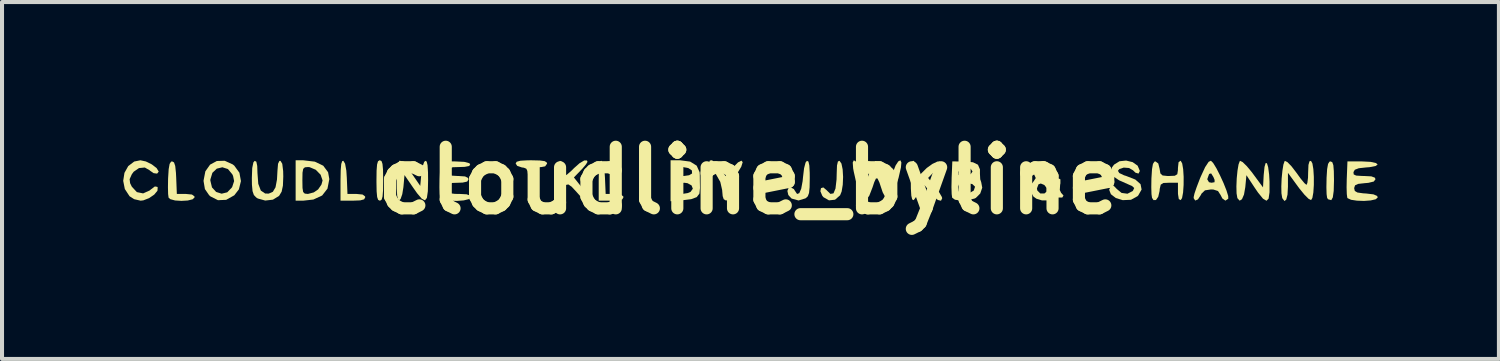
<source format=kicad_pcb>
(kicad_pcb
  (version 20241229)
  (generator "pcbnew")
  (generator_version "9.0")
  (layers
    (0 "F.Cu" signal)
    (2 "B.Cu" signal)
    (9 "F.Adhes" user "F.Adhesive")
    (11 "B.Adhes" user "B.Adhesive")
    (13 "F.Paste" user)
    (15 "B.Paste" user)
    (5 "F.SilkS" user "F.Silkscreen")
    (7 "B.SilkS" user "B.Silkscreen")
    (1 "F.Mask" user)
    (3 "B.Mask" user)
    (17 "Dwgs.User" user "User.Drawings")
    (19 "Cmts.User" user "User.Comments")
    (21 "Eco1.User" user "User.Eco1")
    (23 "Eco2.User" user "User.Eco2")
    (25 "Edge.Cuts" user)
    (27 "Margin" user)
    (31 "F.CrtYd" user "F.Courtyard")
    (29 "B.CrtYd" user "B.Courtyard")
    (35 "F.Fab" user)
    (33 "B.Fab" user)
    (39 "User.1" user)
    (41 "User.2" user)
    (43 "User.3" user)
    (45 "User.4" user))
  (footprint "cloudline_byline"
    (layer "F.Cu")
    (at 15.496 1.418)
    (property "Reference" "cloudline_byline" (at 0 0 0) (layer "F.SilkS") (effects (font (size 1.524 1.524) (thickness 0.3))))
    (attr through_hole)
    (fp_poly (pts (xy -10.003 -0.416) (xy -9.972 -0.244) (xy -9.96 -0.065) (xy -9.944 0.333) (xy -9.724 0.333) (xy -9.57 0.348) (xy -9.508 0.394) (xy -9.504 0.417) (xy -9.532 0.467) (xy -9.628 0.493) (xy -9.81 0.5) (xy -10.116 0.5) (xy -10.116 -0.005) (xy -10.111 -0.255) (xy -10.098 -0.409) (xy -10.073 -0.48) (xy -10.046 -0.487)) (stroke (width 0) (type solid)) (fill yes) (layer "F.SilkS"))
    (fp_poly (pts (xy -3.611 -0.416) (xy -3.581 -0.244) (xy -3.569 -0.065) (xy -3.552 0.333) (xy -3.332 0.333) (xy -3.179 0.348) (xy -3.116 0.394) (xy -3.112 0.417) (xy -3.14 0.467) (xy -3.236 0.493) (xy -3.418 0.5) (xy -3.724 0.5) (xy -3.724 -0.005) (xy -3.72 -0.255) (xy -3.706 -0.409) (xy -3.681 -0.48) (xy -3.654 -0.487)) (stroke (width 0) (type solid)) (fill yes) (layer "F.SilkS"))
    (fp_poly (pts (xy 14.437 -0.452) (xy 14.463 -0.378) (xy 14.475 -0.232) (xy 14.479 -0.005) (xy 14.472 0.258) (xy 14.45 0.418) (xy 14.413 0.485) (xy 14.409 0.486) (xy 14.332 0.465) (xy 14.309 0.43) (xy 14.296 0.338) (xy 14.291 0.17) (xy 14.295 -0.04) (xy 14.295 -0.061) (xy 14.309 -0.281) (xy 14.332 -0.41) (xy 14.368 -0.466) (xy 14.395 -0.472)) (stroke (width 0) (type solid)) (fill yes) (layer "F.SilkS"))
    (fp_poly (pts (xy -9.102 -0.481) (xy -9.077 -0.41) (xy -9.064 -0.268) (xy -9.06 -0.036) (xy -9.06 0) (xy -9.063 0.244) (xy -9.075 0.396) (xy -9.098 0.475) (xy -9.137 0.5) (xy -9.143 0.5) (xy -9.184 0.481) (xy -9.209 0.41) (xy -9.222 0.268) (xy -9.226 0.036) (xy -9.226 0) (xy -9.223 -0.244) (xy -9.211 -0.396) (xy -9.188 -0.475) (xy -9.149 -0.5) (xy -9.143 -0.5)) (stroke (width 0) (type solid)) (fill yes) (layer "F.SilkS"))
    (fp_poly (pts (xy 2.285 -0.419) (xy 2.315 -0.275) (xy 2.326 -0.089) (xy 2.318 0.105) (xy 2.29 0.273) (xy 2.252 0.367) (xy 2.127 0.476) (xy 1.977 0.492) (xy 1.84 0.414) (xy 1.81 0.377) (xy 1.764 0.267) (xy 1.779 0.19) (xy 1.837 0.172) (xy 1.913 0.236) (xy 2.012 0.332) (xy 2.088 0.319) (xy 2.138 0.2) (xy 2.164 -0.024) (xy 2.168 -0.176) (xy 2.175 -0.372) (xy 2.198 -0.47) (xy 2.237 -0.487)) (stroke (width 0) (type solid)) (fill yes) (layer "F.SilkS"))
    (fp_poly (pts (xy -14.238 -0.447) (xy -14.208 -0.359) (xy -14.19 -0.188) (xy -14.184 -0.069) (xy -14.168 0.333) (xy -13.948 0.333) (xy -13.794 0.348) (xy -13.732 0.394) (xy -13.728 0.417) (xy -13.777 0.466) (xy -13.898 0.496) (xy -14.055 0.505) (xy -14.212 0.495) (xy -14.33 0.463) (xy -14.372 0.426) (xy -14.384 0.336) (xy -14.388 0.17) (xy -14.385 -0.039) (xy -14.384 -0.061) (xy -14.37 -0.281) (xy -14.347 -0.41) (xy -14.311 -0.466) (xy -14.284 -0.472)) (stroke (width 0) (type solid)) (fill yes) (layer "F.SilkS"))
    (fp_poly (pts (xy -0.848 -0.458) (xy -0.75 -0.351) (xy -0.716 -0.304) (xy -0.584 -0.108) (xy -0.41 -0.312) (xy -0.275 -0.448) (xy -0.189 -0.491) (xy -0.16 -0.452) (xy -0.195 -0.34) (xy -0.301 -0.166) (xy -0.304 -0.162) (xy -0.446 0.076) (xy -0.499 0.277) (xy -0.5 0.306) (xy -0.518 0.454) (xy -0.568 0.5) (xy -0.63 0.463) (xy -0.655 0.387) (xy -0.667 0.252) (xy -0.667 0.24) (xy -0.714 0.035) (xy -0.834 -0.176) (xy -0.949 -0.345) (xy -0.994 -0.446) (xy -0.972 -0.493) (xy -0.924 -0.5)) (stroke (width 0) (type solid)) (fill yes) (layer "F.SilkS"))
    (fp_poly (pts (xy 1.468 -0.468) (xy 1.49 -0.373) (xy 1.5 -0.189) (xy 1.501 -0.062) (xy 1.497 0.167) (xy 1.483 0.309) (xy 1.453 0.391) (xy 1.402 0.438) (xy 1.393 0.443) (xy 1.224 0.495) (xy 1.062 0.451) (xy 1.042 0.44) (xy 0.97 0.36) (xy 0.947 0.259) (xy 0.977 0.183) (xy 1.022 0.167) (xy 1.107 0.212) (xy 1.133 0.255) (xy 1.187 0.334) (xy 1.241 0.314) (xy 1.289 0.205) (xy 1.324 0.017) (xy 1.334 -0.083) (xy 1.36 -0.303) (xy 1.397 -0.444) (xy 1.431 -0.487)) (stroke (width 0) (type solid)) (fill yes) (layer "F.SilkS"))
    (fp_poly (pts (xy -5.18 -0.495) (xy -5.059 -0.478) (xy -5.008 -0.443) (xy -5.002 -0.417) (xy -5.05 -0.35) (xy -5.139 -0.333) (xy -5.21 -0.327) (xy -5.252 -0.291) (xy -5.275 -0.203) (xy -5.287 -0.038) (xy -5.292 0.065) (xy -5.312 0.312) (xy -5.345 0.457) (xy -5.383 0.497) (xy -5.419 0.431) (xy -5.448 0.258) (xy -5.458 0.101) (xy -5.469 -0.108) (xy -5.485 -0.231) (xy -5.518 -0.292) (xy -5.577 -0.316) (xy -5.627 -0.323) (xy -5.742 -0.362) (xy -5.78 -0.421) (xy -5.754 -0.464) (xy -5.663 -0.489) (xy -5.487 -0.499) (xy -5.391 -0.5)) (stroke (width 0) (type solid)) (fill yes) (layer "F.SilkS"))
    (fp_poly (pts (xy -8.571 -0.453) (xy -8.455 -0.317) (xy -8.36 -0.183) (xy -8.142 0.134) (xy -8.115 -0.165) (xy -8.087 -0.339) (xy -8.046 -0.457) (xy -8.017 -0.487) (xy -7.983 -0.469) (xy -7.961 -0.378) (xy -7.95 -0.201) (xy -7.948 -0.005) (xy -7.954 0.267) (xy -7.978 0.432) (xy -8.025 0.492) (xy -8.103 0.453) (xy -8.219 0.317) (xy -8.314 0.183) (xy -8.532 -0.134) (xy -8.559 0.165) (xy -8.587 0.339) (xy -8.628 0.457) (xy -8.657 0.487) (xy -8.691 0.469) (xy -8.713 0.378) (xy -8.724 0.201) (xy -8.726 0.005) (xy -8.72 -0.267) (xy -8.696 -0.432) (xy -8.649 -0.492)) (stroke (width 0) (type solid)) (fill yes) (layer "F.SilkS"))
    (fp_poly (pts (xy -12.2 -0.465) (xy -12.178 -0.36) (xy -12.172 -0.182) (xy -12.152 0.083) (xy -12.089 0.25) (xy -11.981 0.323) (xy -11.893 0.325) (xy -11.791 0.28) (xy -11.725 0.169) (xy -11.689 -0.022) (xy -11.677 -0.241) (xy -11.663 -0.413) (xy -11.629 -0.484) (xy -11.602 -0.486) (xy -11.558 -0.413) (xy -11.536 -0.232) (xy -11.533 -0.098) (xy -11.542 0.129) (xy -11.574 0.278) (xy -11.636 0.38) (xy -11.639 0.383) (xy -11.789 0.475) (xy -11.98 0.497) (xy -12.164 0.446) (xy -12.203 0.421) (xy -12.261 0.36) (xy -12.294 0.264) (xy -12.309 0.104) (xy -12.311 -0.06) (xy -12.302 -0.307) (xy -12.273 -0.448) (xy -12.241 -0.486)) (stroke (width 0) (type solid)) (fill yes) (layer "F.SilkS"))
    (fp_poly (pts (xy -10.752 -0.466) (xy -10.544 -0.366) (xy -10.424 -0.205) (xy -10.393 -0.034) (xy -10.439 0.202) (xy -10.571 0.372) (xy -10.788 0.472) (xy -11.041 0.5) (xy -11.227 0.5) (xy -11.227 0) (xy -11.06 0) (xy -11.057 0.185) (xy -11.041 0.285) (xy -11.001 0.325) (xy -10.926 0.333) (xy -10.921 0.333) (xy -10.778 0.295) (xy -10.671 0.222) (xy -10.588 0.101) (xy -10.56 0) (xy -10.609 -0.143) (xy -10.729 -0.265) (xy -10.882 -0.33) (xy -10.921 -0.333) (xy -10.998 -0.326) (xy -11.04 -0.288) (xy -11.057 -0.192) (xy -11.06 -0.012) (xy -11.06 0) (xy -11.227 0) (xy -11.227 -0.5) (xy -11.041 -0.5)) (stroke (width 0) (type solid)) (fill yes) (layer "F.SilkS"))
    (fp_poly (pts (xy 12.218 -0.455) (xy 12.323 -0.352) (xy 12.449 -0.2) (xy 12.472 -0.168) (xy 12.722 0.171) (xy 12.739 -0.137) (xy 12.759 -0.336) (xy 12.787 -0.431) (xy 12.819 -0.427) (xy 12.849 -0.33) (xy 12.873 -0.146) (xy 12.883 0.027) (xy 12.883 0.292) (xy 12.86 0.45) (xy 12.808 0.502) (xy 12.722 0.451) (xy 12.598 0.299) (xy 12.52 0.185) (xy 12.311 -0.131) (xy 12.283 0.166) (xy 12.251 0.348) (xy 12.201 0.464) (xy 12.144 0.5) (xy 12.091 0.442) (xy 12.086 0.43) (xy 12.067 0.318) (xy 12.063 0.147) (xy 12.071 -0.051) (xy 12.09 -0.243) (xy 12.116 -0.397) (xy 12.147 -0.48) (xy 12.155 -0.486)) (stroke (width 0) (type solid)) (fill yes) (layer "F.SilkS"))
    (fp_poly (pts (xy -12.785 -0.398) (xy -12.746 -0.367) (xy -12.619 -0.192) (xy -12.581 0.015) (xy -12.632 0.22) (xy -12.746 0.367) (xy -12.946 0.479) (xy -13.15 0.488) (xy -13.338 0.393) (xy -13.369 0.364) (xy -13.473 0.213) (xy -13.506 0.018) (xy -13.506 0) (xy -13.339 0) (xy -13.298 0.172) (xy -13.195 0.284) (xy -13.059 0.327) (xy -12.92 0.293) (xy -12.806 0.174) (xy -12.795 0.153) (xy -12.75 0.015) (xy -12.776 -0.112) (xy -12.795 -0.153) (xy -12.903 -0.283) (xy -13.041 -0.327) (xy -13.179 -0.293) (xy -13.288 -0.19) (xy -13.338 -0.025) (xy -13.339 0) (xy -13.506 0) (xy -13.462 -0.227) (xy -13.345 -0.392) (xy -13.179 -0.482) (xy -12.984 -0.488)) (stroke (width 0) (type solid)) (fill yes) (layer "F.SilkS"))
    (fp_poly (pts (xy -14.935 -0.471) (xy -14.789 -0.399) (xy -14.67 -0.308) (xy -14.618 -0.223) (xy -14.618 -0.218) (xy -14.656 -0.17) (xy -14.742 -0.181) (xy -14.833 -0.243) (xy -14.842 -0.253) (xy -14.961 -0.321) (xy -15.105 -0.307) (xy -15.236 -0.217) (xy -15.283 -0.153) (xy -15.337 -0.032) (xy -15.325 0.067) (xy -15.283 0.153) (xy -15.158 0.288) (xy -15.003 0.32) (xy -14.842 0.248) (xy -14.812 0.223) (xy -14.712 0.148) (xy -14.652 0.158) (xy -14.642 0.172) (xy -14.648 0.254) (xy -14.728 0.35) (xy -14.855 0.437) (xy -14.997 0.492) (xy -15.065 0.5) (xy -15.225 0.463) (xy -15.339 0.39) (xy -15.456 0.211) (xy -15.496 0.009) (xy -15.465 -0.189) (xy -15.371 -0.357) (xy -15.223 -0.469) (xy -15.07 -0.5)) (stroke (width 0) (type solid)) (fill yes) (layer "F.SilkS"))
    (fp_poly (pts (xy 4.126 -0.421) (xy 4.166 -0.292) (xy 4.168 -0.278) (xy 4.192 -0.16) (xy 4.222 -0.136) (xy 4.275 -0.188) (xy 4.398 -0.31) (xy 4.537 -0.41) (xy 4.661 -0.469) (xy 4.729 -0.47) (xy 4.734 -0.409) (xy 4.654 -0.295) (xy 4.61 -0.247) (xy 4.431 -0.063) (xy 4.606 0.157) (xy 4.706 0.296) (xy 4.769 0.404) (xy 4.78 0.439) (xy 4.75 0.501) (xy 4.673 0.483) (xy 4.568 0.395) (xy 4.473 0.276) (xy 4.351 0.127) (xy 4.263 0.082) (xy 4.202 0.142) (xy 4.168 0.278) (xy 4.131 0.41) (xy 4.077 0.484) (xy 4.071 0.487) (xy 4.037 0.469) (xy 4.015 0.378) (xy 4.004 0.202) (xy 4.002 0) (xy 4.006 -0.252) (xy 4.019 -0.407) (xy 4.044 -0.479) (xy 4.071 -0.487)) (stroke (width 0) (type solid)) (fill yes) (layer "F.SilkS"))
    (fp_poly (pts (xy 13.944 -0.423) (xy 13.968 -0.281) (xy 13.98 -0.092) (xy 13.98 0.111) (xy 13.968 0.296) (xy 13.944 0.432) (xy 13.912 0.485) (xy 13.85 0.454) (xy 13.747 0.351) (xy 13.621 0.197) (xy 13.593 0.159) (xy 13.339 -0.189) (xy 13.339 0.156) (xy 13.328 0.352) (xy 13.297 0.473) (xy 13.254 0.509) (xy 13.204 0.446) (xy 13.196 0.426) (xy 13.178 0.317) (xy 13.175 0.148) (xy 13.183 -0.049) (xy 13.202 -0.241) (xy 13.227 -0.395) (xy 13.257 -0.479) (xy 13.265 -0.485) (xy 13.327 -0.454) (xy 13.427 -0.351) (xy 13.543 -0.2) (xy 13.656 -0.044) (xy 13.748 0.067) (xy 13.798 0.109) (xy 13.82 0.06) (xy 13.836 -0.069) (xy 13.839 -0.199) (xy 13.847 -0.386) (xy 13.873 -0.476) (xy 13.909 -0.486)) (stroke (width 0) (type solid)) (fill yes) (layer "F.SilkS"))
    (fp_poly (pts (xy 11.487 -0.434) (xy 11.567 -0.304) (xy 11.657 -0.127) (xy 11.745 0.065) (xy 11.817 0.246) (xy 11.86 0.385) (xy 11.862 0.452) (xy 11.791 0.499) (xy 11.716 0.446) (xy 11.672 0.361) (xy 11.607 0.261) (xy 11.493 0.224) (xy 11.432 0.222) (xy 11.285 0.244) (xy 11.199 0.326) (xy 11.182 0.361) (xy 11.111 0.468) (xy 11.044 0.497) (xy 11.007 0.442) (xy 11.005 0.413) (xy 11.025 0.323) (xy 11.08 0.162) (xy 11.154 -0.031) (xy 11.341 -0.031) (xy 11.384 0.043) (xy 11.448 0.056) (xy 11.522 0.043) (xy 11.523 -0.015) (xy 11.494 -0.085) (xy 11.438 -0.175) (xy 11.391 -0.163) (xy 11.385 -0.154) (xy 11.341 -0.031) (xy 11.154 -0.031) (xy 11.157 -0.039) (xy 11.178 -0.09) (xy 11.289 -0.33) (xy 11.376 -0.462) (xy 11.432 -0.489)) (stroke (width 0) (type solid)) (fill yes) (layer "F.SilkS"))
    (fp_poly (pts (xy -4.014 -0.495) (xy -4.002 -0.461) (xy -4.037 -0.401) (xy -4.126 -0.295) (xy -4.17 -0.249) (xy -4.338 -0.075) (xy -4.144 0.17) (xy -4.027 0.338) (xy -3.994 0.442) (xy -4.007 0.472) (xy -4.076 0.471) (xy -4.19 0.377) (xy -4.269 0.289) (xy -4.394 0.154) (xy -4.475 0.098) (xy -4.532 0.109) (xy -4.544 0.119) (xy -4.596 0.224) (xy -4.613 0.345) (xy -4.636 0.461) (xy -4.689 0.5) (xy -4.747 0.448) (xy -4.756 0.426) (xy -4.775 0.313) (xy -4.779 0.142) (xy -4.769 -0.056) (xy -4.75 -0.247) (xy -4.722 -0.4) (xy -4.69 -0.481) (xy -4.683 -0.487) (xy -4.632 -0.458) (xy -4.613 -0.326) (xy -4.613 -0.31) (xy -4.602 -0.18) (xy -4.575 -0.113) (xy -4.568 -0.111) (xy -4.507 -0.148) (xy -4.4 -0.241) (xy -4.335 -0.306) (xy -4.196 -0.429) (xy -4.083 -0.495)) (stroke (width 0) (type solid)) (fill yes) (layer "F.SilkS"))
    (fp_poly (pts (xy 10.685 -0.486) (xy 10.721 -0.422) (xy 10.745 -0.28) (xy 10.757 -0.091) (xy 10.756 0.112) (xy 10.743 0.298) (xy 10.718 0.433) (xy 10.685 0.486) (xy 10.637 0.461) (xy 10.617 0.336) (xy 10.616 0.283) (xy 10.616 0.056) (xy 10.397 0.056) (xy 10.255 0.062) (xy 10.19 0.103) (xy 10.165 0.207) (xy 10.161 0.26) (xy 10.128 0.403) (xy 10.072 0.484) (xy 10.011 0.486) (xy 9.974 0.43) (xy 9.961 0.338) (xy 9.956 0.17) (xy 9.959 -0.04) (xy 9.96 -0.061) (xy 9.974 -0.281) (xy 9.997 -0.41) (xy 10.033 -0.466) (xy 10.06 -0.472) (xy 10.129 -0.421) (xy 10.161 -0.292) (xy 10.181 -0.175) (xy 10.235 -0.124) (xy 10.356 -0.111) (xy 10.397 -0.111) (xy 10.538 -0.117) (xy 10.6 -0.155) (xy 10.615 -0.254) (xy 10.616 -0.31) (xy 10.631 -0.451) (xy 10.679 -0.488)) (stroke (width 0) (type solid)) (fill yes) (layer "F.SilkS"))
    (fp_poly (pts (xy -1.46 -0.467) (xy -1.299 -0.367) (xy -1.226 -0.205) (xy -1.222 -0.15) (xy -1.22 0.036) (xy -1.217 0.186) (xy -1.231 0.325) (xy -1.297 0.412) (xy -1.435 0.463) (xy -1.638 0.488) (xy -1.945 0.514) (xy -1.945 0.195) (xy -1.779 0.195) (xy -1.755 0.301) (xy -1.666 0.333) (xy -1.654 0.333) (xy -1.517 0.311) (xy -1.451 0.283) (xy -1.394 0.204) (xy -1.425 0.123) (xy -1.525 0.067) (xy -1.61 0.056) (xy -1.73 0.07) (xy -1.774 0.132) (xy -1.779 0.195) (xy -1.945 0.195) (xy -1.945 -0.222) (xy -1.779 -0.222) (xy -1.752 -0.14) (xy -1.653 -0.112) (xy -1.615 -0.111) (xy -1.485 -0.13) (xy -1.413 -0.173) (xy -1.417 -0.248) (xy -1.505 -0.307) (xy -1.649 -0.333) (xy -1.654 -0.333) (xy -1.755 -0.301) (xy -1.779 -0.222) (xy -1.945 -0.222) (xy -1.945 -0.5) (xy -1.708 -0.5)) (stroke (width 0) (type solid)) (fill yes) (layer "F.SilkS"))
    (fp_poly (pts (xy 9.494 -0.454) (xy 9.618 -0.366) (xy 9.671 -0.24) (xy 9.671 -0.232) (xy 9.64 -0.171) (xy 9.564 -0.193) (xy 9.502 -0.253) (xy 9.403 -0.309) (xy 9.274 -0.319) (xy 9.165 -0.283) (xy 9.13 -0.239) (xy 9.164 -0.184) (xy 9.282 -0.128) (xy 9.331 -0.113) (xy 9.561 -0.023) (xy 9.69 0.091) (xy 9.716 0.224) (xy 9.634 0.369) (xy 9.615 0.389) (xy 9.453 0.478) (xy 9.248 0.487) (xy 9.077 0.434) (xy 8.956 0.34) (xy 8.913 0.23) (xy 8.952 0.144) (xy 9.019 0.125) (xy 9.097 0.205) (xy 9.099 0.208) (xy 9.22 0.308) (xy 9.366 0.328) (xy 9.493 0.263) (xy 9.503 0.251) (xy 9.533 0.187) (xy 9.48 0.137) (xy 9.413 0.108) (xy 9.158 -0.005) (xy 9.006 -0.108) (xy 8.949 -0.212) (xy 8.982 -0.324) (xy 9.035 -0.393) (xy 9.169 -0.476) (xy 9.333 -0.493)) (stroke (width 0) (type solid)) (fill yes) (layer "F.SilkS"))
    (fp_poly (pts (xy 15.384 -0.461) (xy 15.516 -0.432) (xy 15.56 -0.395) (xy 15.509 -0.358) (xy 15.358 -0.329) (xy 15.275 -0.323) (xy 15.092 -0.303) (xy 14.995 -0.266) (xy 14.961 -0.208) (xy 14.967 -0.15) (xy 15.028 -0.121) (xy 15.169 -0.112) (xy 15.225 -0.111) (xy 15.403 -0.102) (xy 15.49 -0.07) (xy 15.507 -0.031) (xy 15.464 0.026) (xy 15.329 0.059) (xy 15.243 0.066) (xy 15.08 0.084) (xy 15.001 0.12) (xy 14.979 0.185) (xy 14.979 0.195) (xy 14.995 0.261) (xy 15.06 0.298) (xy 15.201 0.318) (xy 15.271 0.322) (xy 15.457 0.344) (xy 15.547 0.383) (xy 15.562 0.42) (xy 15.513 0.465) (xy 15.388 0.494) (xy 15.222 0.506) (xy 15.048 0.5) (xy 14.901 0.478) (xy 14.815 0.438) (xy 14.808 0.426) (xy 14.796 0.336) (xy 14.791 0.17) (xy 14.795 -0.039) (xy 14.796 -0.061) (xy 14.812 -0.472) (xy 15.169 -0.472)) (stroke (width 0) (type solid)) (fill yes) (layer "F.SilkS"))
    (fp_poly (pts (xy -7.054 -0.461) (xy -6.928 -0.428) (xy -6.906 -0.403) (xy -6.928 -0.359) (xy -7.042 -0.337) (xy -7.165 -0.333) (xy -7.334 -0.328) (xy -7.418 -0.304) (xy -7.446 -0.251) (xy -7.448 -0.222) (xy -7.431 -0.153) (xy -7.363 -0.12) (xy -7.216 -0.111) (xy -7.198 -0.111) (xy -7.033 -0.1) (xy -6.958 -0.063) (xy -6.947 -0.028) (xy -6.98 0.027) (xy -7.092 0.052) (xy -7.198 0.056) (xy -7.352 0.061) (xy -7.425 0.09) (xy -7.447 0.157) (xy -7.448 0.195) (xy -7.439 0.277) (xy -7.393 0.318) (xy -7.281 0.332) (xy -7.17 0.333) (xy -6.995 0.342) (xy -6.91 0.373) (xy -6.892 0.417) (xy -6.941 0.463) (xy -7.066 0.493) (xy -7.233 0.506) (xy -7.407 0.501) (xy -7.553 0.478) (xy -7.639 0.438) (xy -7.647 0.426) (xy -7.658 0.336) (xy -7.663 0.17) (xy -7.66 -0.039) (xy -7.659 -0.061) (xy -7.642 -0.472) (xy -7.286 -0.472)) (stroke (width 0) (type solid)) (fill yes) (layer "F.SilkS"))
    (fp_poly (pts (xy 2.644 -0.468) (xy 2.71 -0.358) (xy 2.778 -0.178) (xy 2.783 -0.163) (xy 2.873 0.139) (xy 2.97 -0.184) (xy 3.048 -0.389) (xy 3.126 -0.483) (xy 3.204 -0.466) (xy 3.282 -0.338) (xy 3.328 -0.208) (xy 3.382 -0.057) (xy 3.428 0.039) (xy 3.446 0.056) (xy 3.481 0.007) (xy 3.532 -0.115) (xy 3.561 -0.205) (xy 3.626 -0.371) (xy 3.692 -0.472) (xy 3.744 -0.5) (xy 3.769 -0.445) (xy 3.758 -0.322) (xy 3.7 -0.067) (xy 3.629 0.162) (xy 3.554 0.342) (xy 3.484 0.451) (xy 3.446 0.472) (xy 3.376 0.423) (xy 3.307 0.294) (xy 3.292 0.25) (xy 3.225 0.049) (xy 3.178 -0.049) (xy 3.14 -0.05) (xy 3.097 0.043) (xy 3.056 0.167) (xy 2.974 0.378) (xy 2.896 0.479) (xy 2.819 0.469) (xy 2.745 0.348) (xy 2.697 0.212) (xy 2.639 -0.003) (xy 2.591 -0.214) (xy 2.575 -0.299) (xy 2.565 -0.446) (xy 2.592 -0.5)) (stroke (width 0) (type solid)) (fill yes) (layer "F.SilkS"))
    (fp_poly (pts (xy 5.325 -0.47) (xy 5.541 -0.451) (xy 5.665 -0.39) (xy 5.714 -0.275) (xy 5.714 -0.167) (xy 5.721 -0.03) (xy 5.746 0.045) (xy 5.771 0.179) (xy 5.721 0.323) (xy 5.613 0.431) (xy 5.581 0.447) (xy 5.411 0.489) (xy 5.236 0.498) (xy 5.095 0.476) (xy 5.026 0.426) (xy 5.014 0.336) (xy 5.009 0.17) (xy 5.009 0.157) (xy 5.169 0.157) (xy 5.187 0.263) (xy 5.206 0.296) (xy 5.309 0.333) (xy 5.445 0.316) (xy 5.555 0.253) (xy 5.562 0.246) (xy 5.593 0.154) (xy 5.525 0.089) (xy 5.369 0.058) (xy 5.322 0.056) (xy 5.204 0.078) (xy 5.169 0.155) (xy 5.169 0.157) (xy 5.009 0.157) (xy 5.013 -0.039) (xy 5.013 -0.061) (xy 5.019 -0.205) (xy 5.179 -0.205) (xy 5.184 -0.137) (xy 5.253 -0.116) (xy 5.345 -0.121) (xy 5.486 -0.158) (xy 5.53 -0.222) (xy 5.487 -0.288) (xy 5.386 -0.31) (xy 5.273 -0.293) (xy 5.192 -0.236) (xy 5.179 -0.205) (xy 5.019 -0.205) (xy 5.03 -0.472)) (stroke (width 0) (type solid)) (fill yes) (layer "F.SilkS"))
    (fp_poly (pts (xy 7.411 -0.433) (xy 7.489 -0.339) (xy 7.496 -0.22) (xy 7.437 -0.122) (xy 7.4 -0.048) (xy 7.444 0.014) (xy 7.509 0.055) (xy 7.543 0.014) (xy 7.613 -0.049) (xy 7.651 -0.056) (xy 7.706 -0.028) (xy 7.706 0.072) (xy 7.699 0.106) (xy 7.691 0.236) (xy 7.722 0.304) (xy 7.783 0.373) (xy 7.752 0.422) (xy 7.647 0.423) (xy 7.646 0.423) (xy 7.531 0.416) (xy 7.476 0.444) (xy 7.389 0.493) (xy 7.252 0.494) (xy 7.113 0.452) (xy 7.039 0.399) (xy 6.955 0.246) (xy 6.964 0.197) (xy 7.125 0.197) (xy 7.133 0.246) (xy 7.208 0.322) (xy 7.31 0.322) (xy 7.368 0.273) (xy 7.369 0.189) (xy 7.307 0.111) (xy 7.22 0.075) (xy 7.163 0.096) (xy 7.125 0.197) (xy 6.964 0.197) (xy 6.982 0.1) (xy 7.038 0.028) (xy 7.096 -0.06) (xy 7.066 -0.126) (xy 7.006 -0.25) (xy 7.011 -0.272) (xy 7.201 -0.272) (xy 7.203 -0.214) (xy 7.262 -0.19) (xy 7.297 -0.217) (xy 7.332 -0.288) (xy 7.323 -0.31) (xy 7.255 -0.322) (xy 7.201 -0.272) (xy 7.011 -0.272) (xy 7.04 -0.376) (xy 7.135 -0.452) (xy 7.286 -0.479)) (stroke (width 0) (type solid)) (fill yes) (layer "F.SilkS")))
  (gr_rect
    (start -3 -3)
    (end 34.058 5.836)
    (stroke (width 0.1) (type default))
    (fill no)
    (layer "Edge.Cuts")))
</source>
